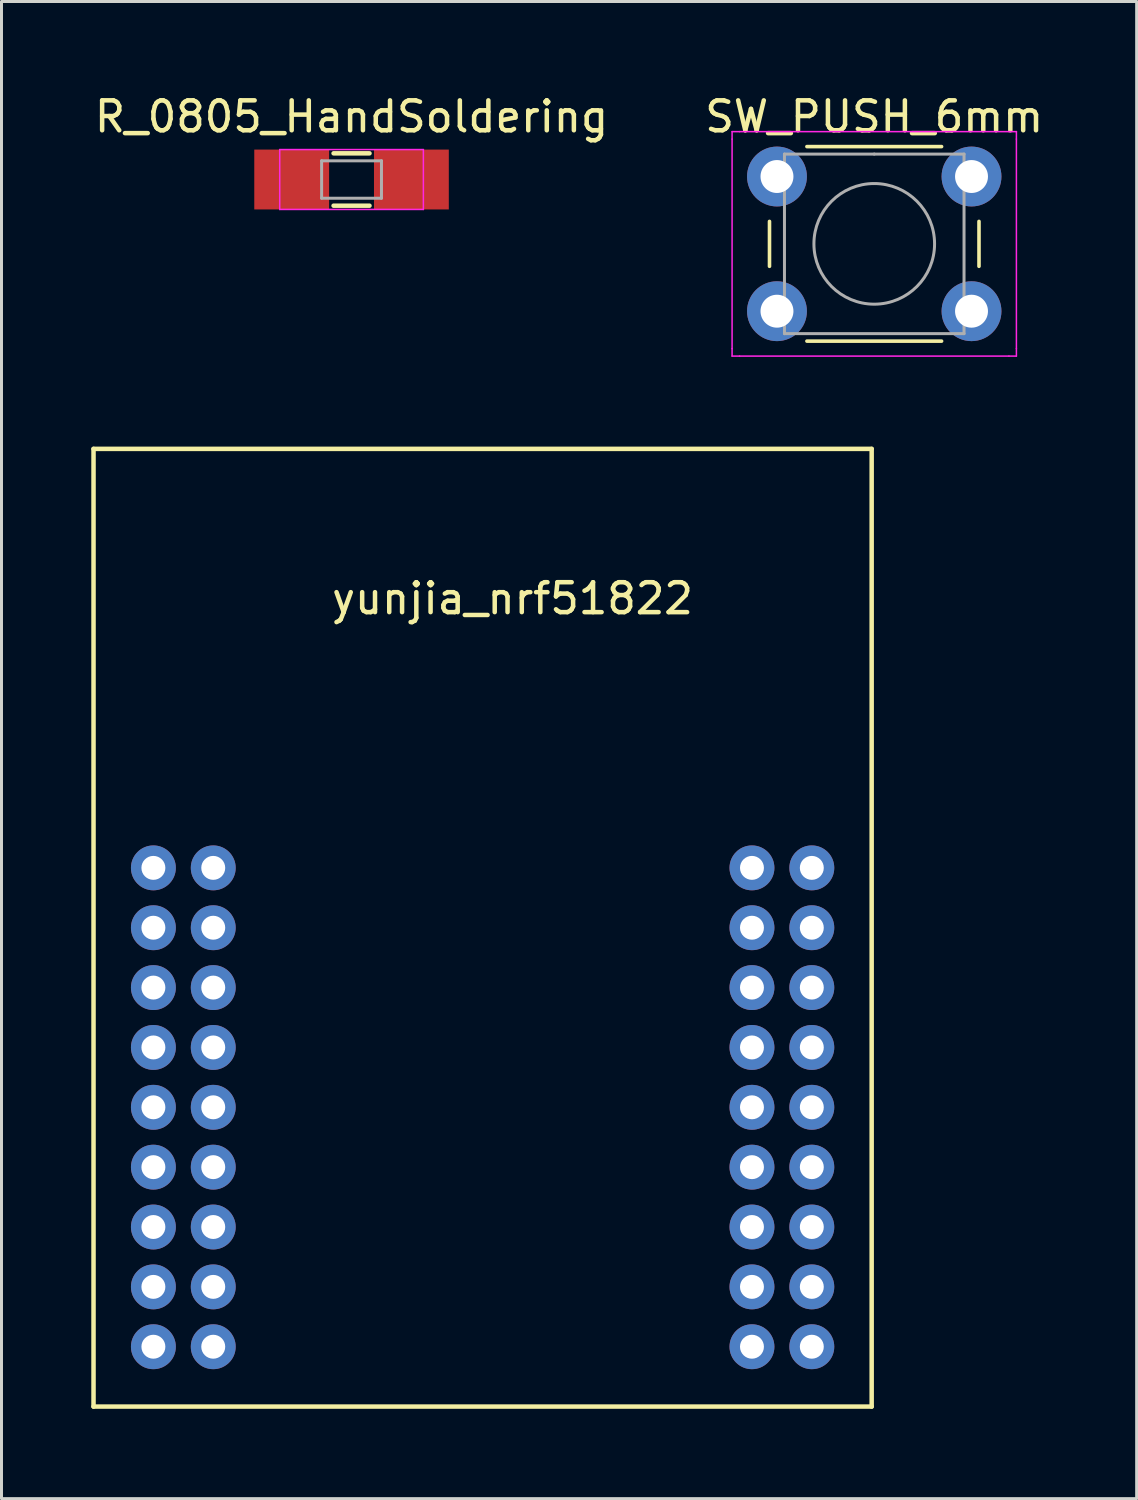
<source format=kicad_pcb>
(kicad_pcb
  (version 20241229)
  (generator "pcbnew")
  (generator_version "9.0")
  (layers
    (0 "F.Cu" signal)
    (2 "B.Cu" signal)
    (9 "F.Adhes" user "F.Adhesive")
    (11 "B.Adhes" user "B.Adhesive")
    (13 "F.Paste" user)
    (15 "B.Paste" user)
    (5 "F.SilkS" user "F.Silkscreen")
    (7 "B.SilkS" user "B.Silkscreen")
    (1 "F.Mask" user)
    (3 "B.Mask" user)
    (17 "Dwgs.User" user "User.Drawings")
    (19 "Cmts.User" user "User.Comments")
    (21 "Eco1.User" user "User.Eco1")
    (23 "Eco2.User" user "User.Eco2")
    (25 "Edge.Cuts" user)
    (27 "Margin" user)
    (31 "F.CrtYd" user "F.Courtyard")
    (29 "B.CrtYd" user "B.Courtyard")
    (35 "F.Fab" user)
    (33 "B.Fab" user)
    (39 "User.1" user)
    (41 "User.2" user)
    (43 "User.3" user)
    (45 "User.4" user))
  (footprint "yunjia_nrf51822"
    (layer "F.Cu")
    (at 2.075 25.948)
    (property "Reference" "yunjia_nrf51822" (at 12 -9 0) (layer "F.SilkS") (effects (font (size 1 1) (thickness 0.15))))
    (attr through_hole)
    (fp_line (start -2 -14) (end -2 18) (stroke (width 0.15) (type solid)) (layer "F.SilkS"))
    (fp_line (start -2 -14) (end 24 -14) (stroke (width 0.15) (type solid)) (layer "F.SilkS"))
    (fp_line (start 24 18) (end -2 18) (stroke (width 0.15) (type solid)) (layer "F.SilkS"))
    (fp_line (start 24 18) (end 24 -14) (stroke (width 0.15) (type solid)) (layer "F.SilkS"))
    (pad "1" thru_hole circle (at 0 0) (size 1.5 1.5) (drill 0.8) (layers "*.Cu" "*.Mask"))
    (pad "2" thru_hole circle (at 2 0) (size 1.5 1.5) (drill 0.8) (layers "*.Cu" "*.Mask"))
    (pad "3" thru_hole circle (at 0 2) (size 1.5 1.5) (drill 0.8) (layers "*.Cu" "*.Mask"))
    (pad "4" thru_hole circle (at 2 2) (size 1.5 1.5) (drill 0.8) (layers "*.Cu" "*.Mask"))
    (pad "5" thru_hole circle (at 0 4) (size 1.5 1.5) (drill 0.8) (layers "*.Cu" "*.Mask"))
    (pad "6" thru_hole circle (at 2 4) (size 1.5 1.5) (drill 0.8) (layers "*.Cu" "*.Mask"))
    (pad "7" thru_hole circle (at 0 6) (size 1.5 1.5) (drill 0.8) (layers "*.Cu" "*.Mask"))
    (pad "8" thru_hole circle (at 2 6) (size 1.5 1.5) (drill 0.8) (layers "*.Cu" "*.Mask"))
    (pad "9" thru_hole circle (at 0 8) (size 1.5 1.5) (drill 0.8) (layers "*.Cu" "*.Mask"))
    (pad "10" thru_hole circle (at 2 8) (size 1.5 1.5) (drill 0.8) (layers "*.Cu" "*.Mask"))
    (pad "11" thru_hole circle (at 0 10) (size 1.5 1.5) (drill 0.8) (layers "*.Cu" "*.Mask"))
    (pad "12" thru_hole circle (at 2 10) (size 1.5 1.5) (drill 0.8) (layers "*.Cu" "*.Mask"))
    (pad "13" thru_hole circle (at 0 12) (size 1.5 1.5) (drill 0.8) (layers "*.Cu" "*.Mask"))
    (pad "14" thru_hole circle (at 2 12) (size 1.5 1.5) (drill 0.8) (layers "*.Cu" "*.Mask"))
    (pad "15" thru_hole circle (at 0 14) (size 1.5 1.5) (drill 0.8) (layers "*.Cu" "*.Mask"))
    (pad "16" thru_hole circle (at 2 14) (size 1.5 1.5) (drill 0.8) (layers "*.Cu" "*.Mask"))
    (pad "17" thru_hole circle (at 0 16) (size 1.5 1.5) (drill 0.8) (layers "*.Cu" "*.Mask"))
    (pad "18" thru_hole circle (at 2 16) (size 1.5 1.5) (drill 0.8) (layers "*.Cu" "*.Mask"))
    (pad "19" thru_hole circle (at 20 0) (size 1.5 1.5) (drill 0.8) (layers "*.Cu" "*.Mask"))
    (pad "20" thru_hole circle (at 22 0) (size 1.5 1.5) (drill 0.8) (layers "*.Cu" "*.Mask"))
    (pad "21" thru_hole circle (at 20 2) (size 1.5 1.5) (drill 0.8) (layers "*.Cu" "*.Mask"))
    (pad "22" thru_hole circle (at 22 2) (size 1.5 1.5) (drill 0.8) (layers "*.Cu" "*.Mask"))
    (pad "23" thru_hole circle (at 20 4) (size 1.5 1.5) (drill 0.8) (layers "*.Cu" "*.Mask"))
    (pad "24" thru_hole circle (at 22 4) (size 1.5 1.5) (drill 0.8) (layers "*.Cu" "*.Mask"))
    (pad "25" thru_hole circle (at 20 6) (size 1.5 1.5) (drill 0.8) (layers "*.Cu" "*.Mask"))
    (pad "26" thru_hole circle (at 22 6) (size 1.5 1.5) (drill 0.8) (layers "*.Cu" "*.Mask"))
    (pad "27" thru_hole circle (at 20 8) (size 1.5 1.5) (drill 0.8) (layers "*.Cu" "*.Mask"))
    (pad "28" thru_hole circle (at 22 8) (size 1.5 1.5) (drill 0.8) (layers "*.Cu" "*.Mask"))
    (pad "29" thru_hole circle (at 20 10) (size 1.5 1.5) (drill 0.8) (layers "*.Cu" "*.Mask"))
    (pad "30" thru_hole circle (at 22 10) (size 1.5 1.5) (drill 0.8) (layers "*.Cu" "*.Mask"))
    (pad "31" thru_hole circle (at 20 12) (size 1.5 1.5) (drill 0.8) (layers "*.Cu" "*.Mask"))
    (pad "32" thru_hole circle (at 22 12) (size 1.5 1.5) (drill 0.8) (layers "*.Cu" "*.Mask"))
    (pad "33" thru_hole circle (at 20 14) (size 1.5 1.5) (drill 0.8) (layers "*.Cu" "*.Mask"))
    (pad "34" thru_hole circle (at 22 14) (size 1.5 1.5) (drill 0.8) (layers "*.Cu" "*.Mask"))
    (pad "35" thru_hole circle (at 20 16) (size 1.5 1.5) (drill 0.8) (layers "*.Cu" "*.Mask"))
    (pad "36" thru_hole circle (at 22 16) (size 1.5 1.5) (drill 0.8) (layers "*.Cu" "*.Mask")))
  (footprint "R_0805_HandSoldering"
    (layer "F.Cu")
    (at 8.696 2.948)
    (property "Reference" "R_0805_HandSoldering" (at 0 -2.1 0) (layer "F.SilkS") (effects (font (size 1 1) (thickness 0.15))))
    (attr smd)
    (fp_line (start -0.6 -0.875) (end 0.6 -0.875) (stroke (width 0.15) (type solid)) (layer "F.SilkS"))
    (fp_line (start 0.6 0.875) (end -0.6 0.875) (stroke (width 0.15) (type solid)) (layer "F.SilkS"))
    (fp_line (start -2.4 -1) (end -2.4 1) (stroke (width 0.05) (type solid)) (layer "F.CrtYd"))
    (fp_line (start -2.4 -1) (end 2.4 -1) (stroke (width 0.05) (type solid)) (layer "F.CrtYd"))
    (fp_line (start -2.4 1) (end 2.4 1) (stroke (width 0.05) (type solid)) (layer "F.CrtYd"))
    (fp_line (start 2.4 -1) (end 2.4 1) (stroke (width 0.05) (type solid)) (layer "F.CrtYd"))
    (fp_line (start -1 -0.625) (end 1 -0.625) (stroke (width 0.1) (type solid)) (layer "F.Fab"))
    (fp_line (start -1 0.625) (end -1 -0.625) (stroke (width 0.1) (type solid)) (layer "F.Fab"))
    (fp_line (start 1 -0.625) (end 1 0.625) (stroke (width 0.1) (type solid)) (layer "F.Fab"))
    (fp_line (start 1 0.625) (end -1 0.625) (stroke (width 0.1) (type solid)) (layer "F.Fab"))
    (pad "1" smd rect (at -2 0) (size 2.5 2) (layers "F.Cu" "F.Mask" "F.Paste"))
    (pad "2" smd rect (at 2 0) (size 2.5 2) (layers "F.Cu" "F.Mask" "F.Paste")))
  (footprint "SW_PUSH_6mm"
    (layer "F.Cu")
    (at 22.911 2.848)
    (property "Reference" "SW_PUSH_6mm" (at 3.25 -2 0) (layer "F.SilkS") (effects (font (size 1 1) (thickness 0.15))))
    (attr through_hole)
    (fp_line (start -0.25 1.5) (end -0.25 3) (stroke (width 0.12) (type solid)) (layer "F.SilkS"))
    (fp_line (start 1 5.5) (end 5.5 5.5) (stroke (width 0.12) (type solid)) (layer "F.SilkS"))
    (fp_line (start 5.5 -1) (end 1 -1) (stroke (width 0.12) (type solid)) (layer "F.SilkS"))
    (fp_line (start 6.75 3) (end 6.75 1.5) (stroke (width 0.12) (type solid)) (layer "F.SilkS"))
    (fp_line (start -1.5 -1.5) (end -1.25 -1.5) (stroke (width 0.05) (type solid)) (layer "F.CrtYd"))
    (fp_line (start -1.5 -1.25) (end -1.5 -1.5) (stroke (width 0.05) (type solid)) (layer "F.CrtYd"))
    (fp_line (start -1.5 5.75) (end -1.5 -1.25) (stroke (width 0.05) (type solid)) (layer "F.CrtYd"))
    (fp_line (start -1.5 5.75) (end -1.5 6) (stroke (width 0.05) (type solid)) (layer "F.CrtYd"))
    (fp_line (start -1.5 6) (end -1.25 6) (stroke (width 0.05) (type solid)) (layer "F.CrtYd"))
    (fp_line (start -1.25 -1.5) (end 7.75 -1.5) (stroke (width 0.05) (type solid)) (layer "F.CrtYd"))
    (fp_line (start 7.75 -1.5) (end 8 -1.5) (stroke (width 0.05) (type solid)) (layer "F.CrtYd"))
    (fp_line (start 7.75 6) (end -1.25 6) (stroke (width 0.05) (type solid)) (layer "F.CrtYd"))
    (fp_line (start 7.75 6) (end 8 6) (stroke (width 0.05) (type solid)) (layer "F.CrtYd"))
    (fp_line (start 8 -1.5) (end 8 -1.25) (stroke (width 0.05) (type solid)) (layer "F.CrtYd"))
    (fp_line (start 8 -1.25) (end 8 5.75) (stroke (width 0.05) (type solid)) (layer "F.CrtYd"))
    (fp_line (start 8 6) (end 8 5.75) (stroke (width 0.05) (type solid)) (layer "F.CrtYd"))
    (fp_line (start 0.25 -0.75) (end 3.25 -0.75) (stroke (width 0.1) (type solid)) (layer "F.Fab"))
    (fp_line (start 0.25 5.25) (end 0.25 -0.75) (stroke (width 0.1) (type solid)) (layer "F.Fab"))
    (fp_line (start 3.25 -0.75) (end 6.25 -0.75) (stroke (width 0.1) (type solid)) (layer "F.Fab"))
    (fp_line (start 6.25 -0.75) (end 6.25 5.25) (stroke (width 0.1) (type solid)) (layer "F.Fab"))
    (fp_line (start 6.25 5.25) (end 0.25 5.25) (stroke (width 0.1) (type solid)) (layer "F.Fab"))
    (fp_circle (center 3.25 2.25) (end 1.25 2.5) (stroke (width 0.1) (type solid)) (fill no) (layer "F.Fab"))
    (pad "1" thru_hole circle (at 0 0 90) (size 2 2) (drill 1.1) (layers "*.Cu" "*.Mask"))
    (pad "1" thru_hole circle (at 6.5 0 90) (size 2 2) (drill 1.1) (layers "*.Cu" "*.Mask"))
    (pad "2" thru_hole circle (at 0 4.5 90) (size 2 2) (drill 1.1) (layers "*.Cu" "*.Mask"))
    (pad "2" thru_hole circle (at 6.5 4.5 90) (size 2 2) (drill 1.1) (layers "*.Cu" "*.Mask")))
  (gr_rect
    (start -3 -3)
    (end 34.929 47.023)
    (stroke (width 0.1) (type default))
    (fill no)
    (layer "Edge.Cuts")))
</source>
